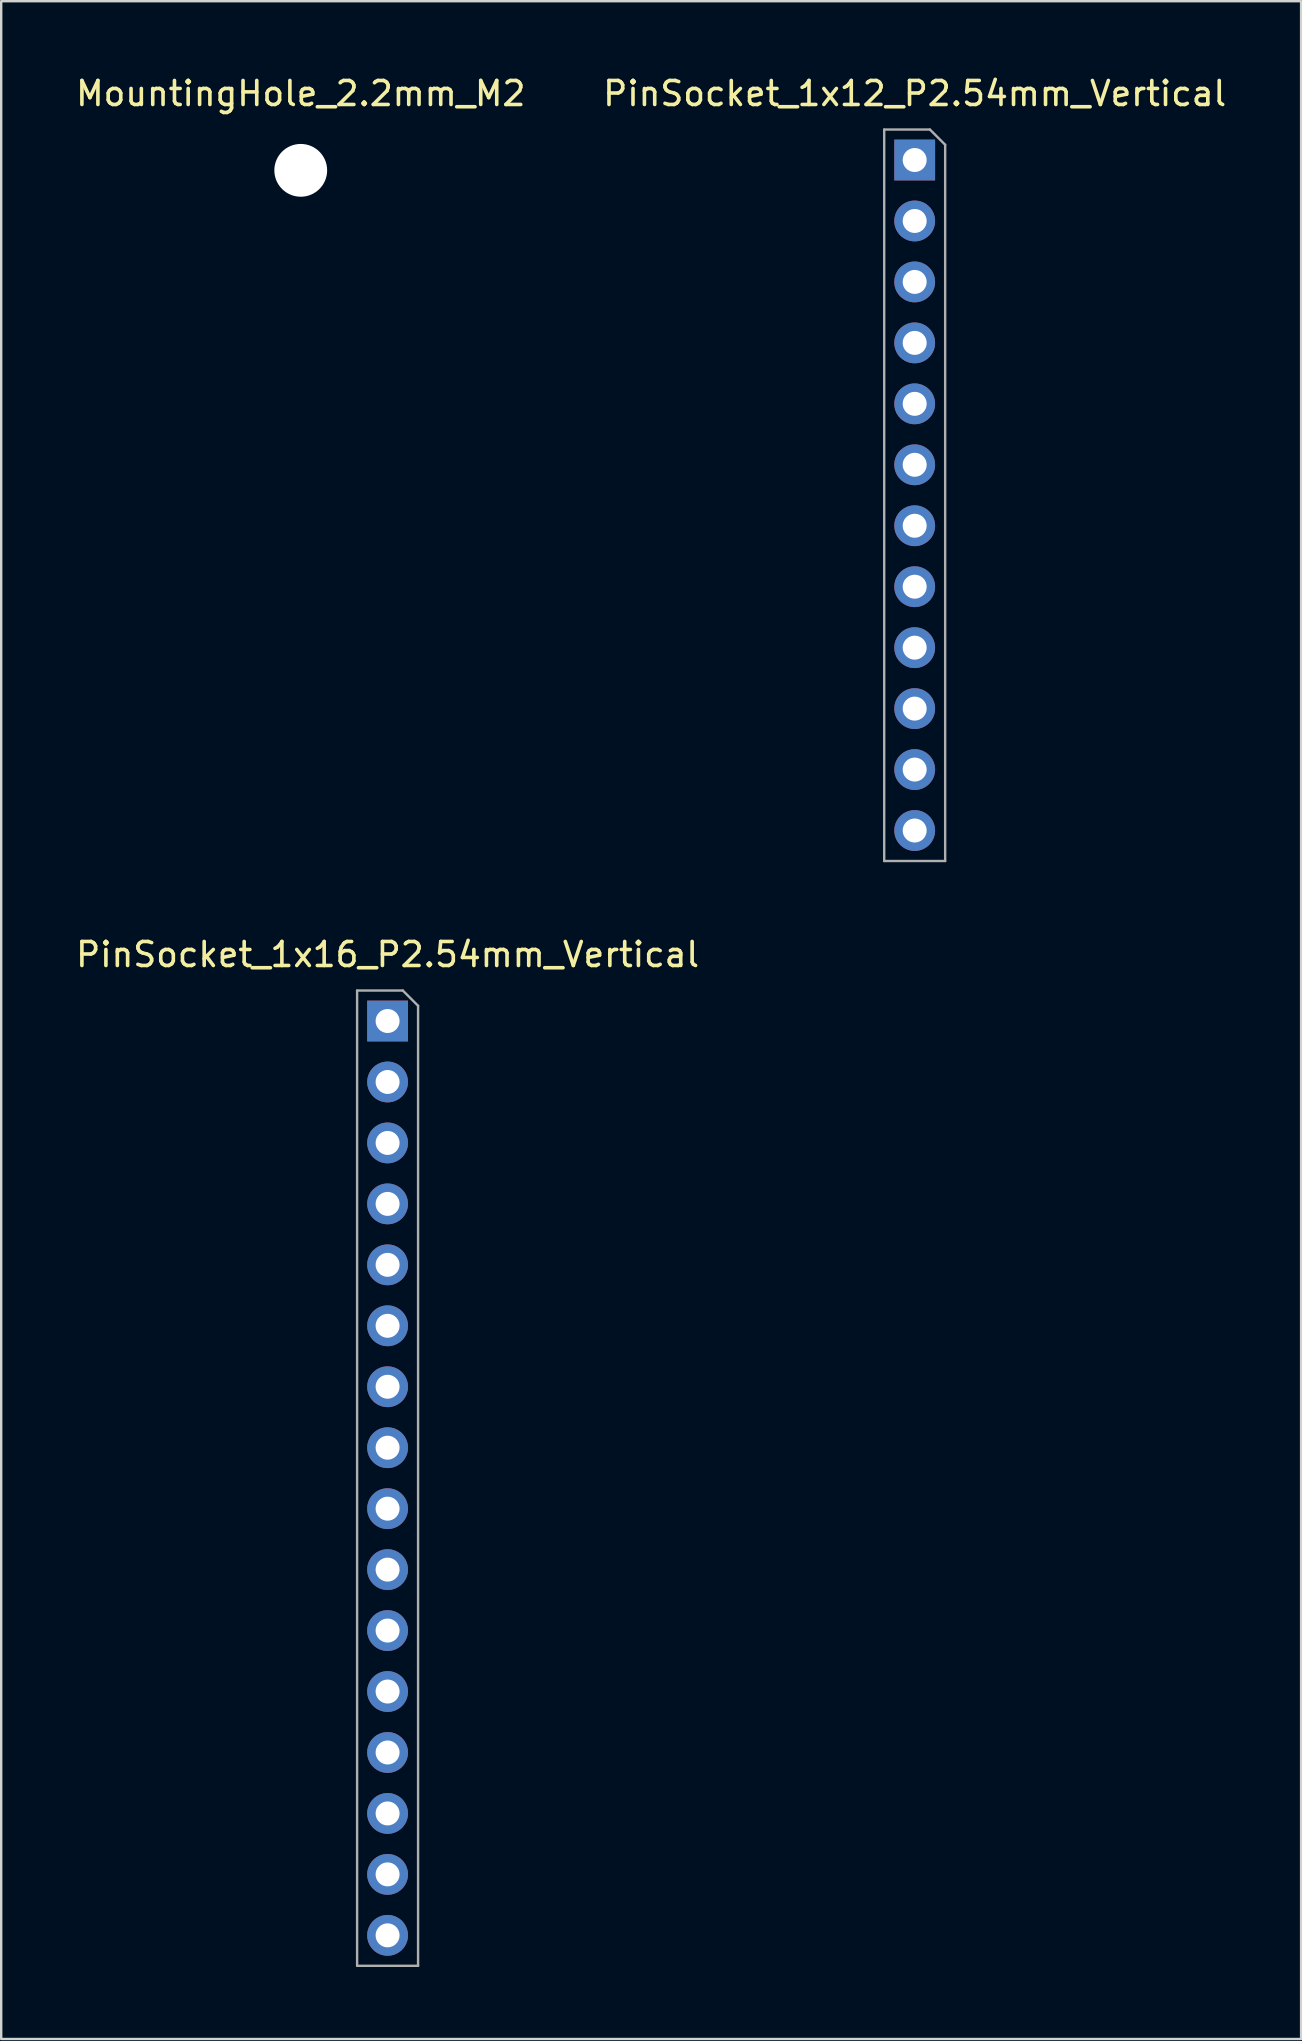
<source format=kicad_pcb>
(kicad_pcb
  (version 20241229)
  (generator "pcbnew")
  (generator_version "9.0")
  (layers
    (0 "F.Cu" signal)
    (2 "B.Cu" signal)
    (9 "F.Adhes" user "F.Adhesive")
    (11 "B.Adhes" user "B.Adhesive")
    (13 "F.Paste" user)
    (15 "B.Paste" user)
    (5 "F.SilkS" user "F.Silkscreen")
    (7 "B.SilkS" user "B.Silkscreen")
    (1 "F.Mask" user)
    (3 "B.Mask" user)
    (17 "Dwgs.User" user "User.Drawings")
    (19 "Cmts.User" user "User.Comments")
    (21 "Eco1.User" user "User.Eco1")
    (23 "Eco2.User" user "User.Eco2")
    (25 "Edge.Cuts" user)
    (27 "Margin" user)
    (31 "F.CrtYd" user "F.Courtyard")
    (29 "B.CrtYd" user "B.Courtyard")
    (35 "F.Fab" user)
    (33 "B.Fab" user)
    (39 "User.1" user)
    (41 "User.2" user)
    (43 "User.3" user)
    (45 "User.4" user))
  (footprint "PinSocket_1x12_P2.54mm_Vertical"
    (layer "F.Cu")
    (at 35.065 3.618)
    (property "Reference" "PinSocket_1x12_P2.54mm_Vertical" (at 0 -2.77 0) (layer "F.SilkS") (effects (font (size 1 1) (thickness 0.15))))
    (attr through_hole)
    (fp_line (start -1.27 -1.27) (end 0.635 -1.27) (stroke (width 0.1) (type solid)) (layer "F.Fab"))
    (fp_line (start -1.27 29.21) (end -1.27 -1.27) (stroke (width 0.1) (type solid)) (layer "F.Fab"))
    (fp_line (start 0.635 -1.27) (end 1.27 -0.635) (stroke (width 0.1) (type solid)) (layer "F.Fab"))
    (fp_line (start 1.27 -0.635) (end 1.27 29.21) (stroke (width 0.1) (type solid)) (layer "F.Fab"))
    (fp_line (start 1.27 29.21) (end -1.27 29.21) (stroke (width 0.1) (type solid)) (layer "F.Fab"))
    (pad "1" thru_hole rect (at 0 0) (size 1.7 1.7) (drill 1) (layers "*.Cu" "*.Mask"))
    (pad "2" thru_hole oval (at 0 2.54) (size 1.7 1.7) (drill 1) (layers "*.Cu" "*.Mask"))
    (pad "3" thru_hole oval (at 0 5.08) (size 1.7 1.7) (drill 1) (layers "*.Cu" "*.Mask"))
    (pad "4" thru_hole oval (at 0 7.62) (size 1.7 1.7) (drill 1) (layers "*.Cu" "*.Mask"))
    (pad "5" thru_hole oval (at 0 10.16) (size 1.7 1.7) (drill 1) (layers "*.Cu" "*.Mask"))
    (pad "6" thru_hole oval (at 0 12.7) (size 1.7 1.7) (drill 1) (layers "*.Cu" "*.Mask"))
    (pad "7" thru_hole oval (at 0 15.24) (size 1.7 1.7) (drill 1) (layers "*.Cu" "*.Mask"))
    (pad "8" thru_hole oval (at 0 17.78) (size 1.7 1.7) (drill 1) (layers "*.Cu" "*.Mask"))
    (pad "9" thru_hole oval (at 0 20.32) (size 1.7 1.7) (drill 1) (layers "*.Cu" "*.Mask"))
    (pad "10" thru_hole oval (at 0 22.86) (size 1.7 1.7) (drill 1) (layers "*.Cu" "*.Mask"))
    (pad "11" thru_hole oval (at 0 25.4) (size 1.7 1.7) (drill 1) (layers "*.Cu" "*.Mask"))
    (pad "12" thru_hole oval (at 0 27.94) (size 1.7 1.7) (drill 1) (layers "*.Cu" "*.Mask")))
  (footprint "MountingHole_2.2mm_M2"
    (layer "F.Cu")
    (at 9.482 4.048)
    (property "Reference" "MountingHole_2.2mm_M2" (at 0 -3.2 0) (layer "F.SilkS") (effects (font (size 1 1) (thickness 0.15))))
    (attr exclude_from_pos_files exclude_from_bom)
    (pad "" np_thru_hole circle (at 0 0) (size 2.2 2.2) (drill 2.2) (layers "*.Cu" "*.Mask")))
  (footprint "PinSocket_1x16_P2.54mm_Vertical"
    (layer "F.Cu")
    (at 13.101 39.496)
    (property "Reference" "PinSocket_1x16_P2.54mm_Vertical" (at 0 -2.77 0) (layer "F.SilkS") (effects (font (size 1 1) (thickness 0.15))))
    (attr through_hole)
    (fp_line (start -1.27 -1.27) (end 0.635 -1.27) (stroke (width 0.1) (type solid)) (layer "F.Fab"))
    (fp_line (start -1.27 39.37) (end -1.27 -1.27) (stroke (width 0.1) (type solid)) (layer "F.Fab"))
    (fp_line (start 0.635 -1.27) (end 1.27 -0.635) (stroke (width 0.1) (type solid)) (layer "F.Fab"))
    (fp_line (start 1.27 -0.635) (end 1.27 39.37) (stroke (width 0.1) (type solid)) (layer "F.Fab"))
    (fp_line (start 1.27 39.37) (end -1.27 39.37) (stroke (width 0.1) (type solid)) (layer "F.Fab"))
    (pad "1" thru_hole rect (at 0 0) (size 1.7 1.7) (drill 1) (layers "*.Cu" "*.Mask"))
    (pad "2" thru_hole oval (at 0 2.54) (size 1.7 1.7) (drill 1) (layers "*.Cu" "*.Mask"))
    (pad "3" thru_hole oval (at 0 5.08) (size 1.7 1.7) (drill 1) (layers "*.Cu" "*.Mask"))
    (pad "4" thru_hole oval (at 0 7.62) (size 1.7 1.7) (drill 1) (layers "*.Cu" "*.Mask"))
    (pad "5" thru_hole oval (at 0 10.16) (size 1.7 1.7) (drill 1) (layers "*.Cu" "*.Mask"))
    (pad "6" thru_hole oval (at 0 12.7) (size 1.7 1.7) (drill 1) (layers "*.Cu" "*.Mask"))
    (pad "7" thru_hole oval (at 0 15.24) (size 1.7 1.7) (drill 1) (layers "*.Cu" "*.Mask"))
    (pad "8" thru_hole oval (at 0 17.78) (size 1.7 1.7) (drill 1) (layers "*.Cu" "*.Mask"))
    (pad "9" thru_hole oval (at 0 20.32) (size 1.7 1.7) (drill 1) (layers "*.Cu" "*.Mask"))
    (pad "10" thru_hole oval (at 0 22.86) (size 1.7 1.7) (drill 1) (layers "*.Cu" "*.Mask"))
    (pad "11" thru_hole oval (at 0 25.4) (size 1.7 1.7) (drill 1) (layers "*.Cu" "*.Mask"))
    (pad "12" thru_hole oval (at 0 27.94) (size 1.7 1.7) (drill 1) (layers "*.Cu" "*.Mask"))
    (pad "13" thru_hole oval (at 0 30.48) (size 1.7 1.7) (drill 1) (layers "*.Cu" "*.Mask"))
    (pad "14" thru_hole oval (at 0 33.02) (size 1.7 1.7) (drill 1) (layers "*.Cu" "*.Mask"))
    (pad "15" thru_hole oval (at 0 35.56) (size 1.7 1.7) (drill 1) (layers "*.Cu" "*.Mask"))
    (pad "16" thru_hole oval (at 0 38.1) (size 1.7 1.7) (drill 1) (layers "*.Cu" "*.Mask")))
  (gr_rect
    (start -3 -3)
    (end 51.167 81.916)
    (stroke (width 0.1) (type default))
    (fill no)
    (layer "Edge.Cuts")))
</source>
